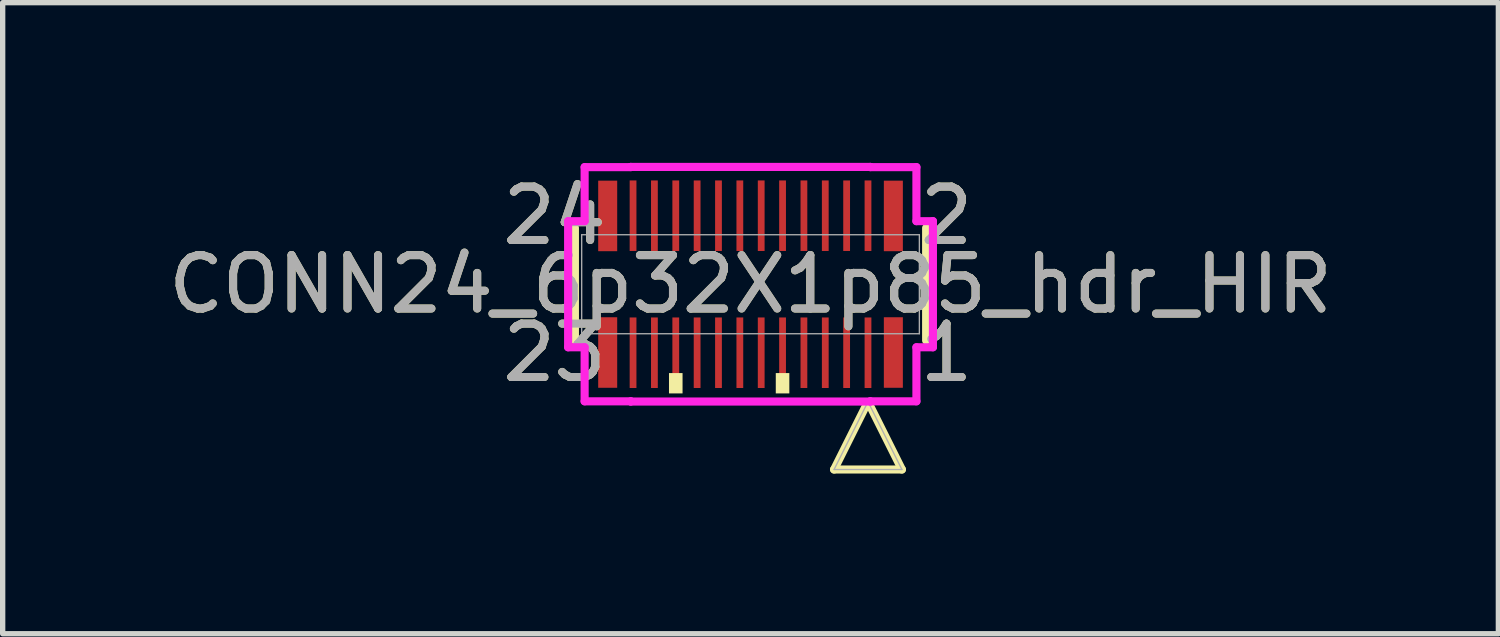
<source format=kicad_pcb>
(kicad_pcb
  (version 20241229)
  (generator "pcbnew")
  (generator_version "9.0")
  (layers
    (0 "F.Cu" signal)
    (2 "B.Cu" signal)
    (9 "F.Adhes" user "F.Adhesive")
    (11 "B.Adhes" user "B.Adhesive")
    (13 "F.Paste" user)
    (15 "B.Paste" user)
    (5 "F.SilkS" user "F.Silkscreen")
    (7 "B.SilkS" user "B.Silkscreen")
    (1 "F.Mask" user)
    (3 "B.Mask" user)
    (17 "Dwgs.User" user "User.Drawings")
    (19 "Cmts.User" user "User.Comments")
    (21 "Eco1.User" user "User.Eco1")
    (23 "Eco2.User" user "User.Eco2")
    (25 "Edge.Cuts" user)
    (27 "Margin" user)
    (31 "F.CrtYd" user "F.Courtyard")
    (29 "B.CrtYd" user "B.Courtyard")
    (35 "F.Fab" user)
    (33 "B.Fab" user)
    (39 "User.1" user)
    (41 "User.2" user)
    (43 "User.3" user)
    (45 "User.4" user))
  (footprint "CONN24_6p32X1p85_hdr_HIR"
    (layer "F.Cu")
    (at 11.006 2.273)
    (property "Reference" "CONN24_6p32X1p85_hdr_HIR" (at 0 0 0) (unlocked yes) (layer "F.SilkS") (effects (font (size 1 1) (thickness 0.15))))
    (attr smd)
    (fp_line (start -3.289 -1.054) (end -3.289 1.054) (stroke (width 0.152) (type solid)) (layer "F.SilkS"))
    (fp_line (start 1.565 3.47) (end 2.835 3.47) (stroke (width 0.152) (type solid)) (layer "F.SilkS"))
    (fp_line (start 2.162 2.276) (end 1.565 3.47) (stroke (width 0.152) (type solid)) (layer "F.SilkS"))
    (fp_line (start 2.835 3.47) (end 2.238 2.276) (stroke (width 0.152) (type solid)) (layer "F.SilkS"))
    (fp_line (start 3.289 1.054) (end 3.289 -1.054) (stroke (width 0.152) (type solid)) (layer "F.SilkS"))
    (fp_poly (pts (xy -1.527 1.664) (xy -1.527 2.045) (xy -1.273 2.045) (xy -1.273 1.664)) (stroke (width 0) (type solid)) (fill yes) (layer "F.SilkS"))
    (fp_poly (pts (xy 0.473 1.664) (xy 0.473 2.045) (xy 0.727 2.045) (xy 0.727 1.664)) (stroke (width 0) (type solid)) (fill yes) (layer "F.SilkS"))
    (fp_line (start -3.416 -1.181) (end -3.416 1.181) (stroke (width 0.152) (type solid)) (layer "F.CrtYd"))
    (fp_line (start -3.416 1.181) (end -3.107 1.181) (stroke (width 0.152) (type solid)) (layer "F.CrtYd"))
    (fp_line (start -3.107 -2.193) (end -3.107 -1.181) (stroke (width 0.152) (type solid)) (layer "F.CrtYd"))
    (fp_line (start -3.107 -1.181) (end -3.416 -1.181) (stroke (width 0.152) (type solid)) (layer "F.CrtYd"))
    (fp_line (start -3.107 1.181) (end -3.107 2.193) (stroke (width 0.152) (type solid)) (layer "F.CrtYd"))
    (fp_line (start -3.107 2.193) (end -2.243 2.193) (stroke (width 0.152) (type solid)) (layer "F.CrtYd"))
    (fp_line (start -2.243 -2.197) (end -2.243 -2.193) (stroke (width 0.152) (type solid)) (layer "F.CrtYd"))
    (fp_line (start -2.243 -2.193) (end -3.107 -2.193) (stroke (width 0.152) (type solid)) (layer "F.CrtYd"))
    (fp_line (start -2.243 2.193) (end -2.243 2.197) (stroke (width 0.152) (type solid)) (layer "F.CrtYd"))
    (fp_line (start -2.243 2.197) (end 2.243 2.197) (stroke (width 0.152) (type solid)) (layer "F.CrtYd"))
    (fp_line (start 2.243 -2.197) (end -2.243 -2.197) (stroke (width 0.152) (type solid)) (layer "F.CrtYd"))
    (fp_line (start 2.243 -2.193) (end 2.243 -2.197) (stroke (width 0.152) (type solid)) (layer "F.CrtYd"))
    (fp_line (start 2.243 2.193) (end 3.107 2.193) (stroke (width 0.152) (type solid)) (layer "F.CrtYd"))
    (fp_line (start 2.243 2.197) (end 2.243 2.193) (stroke (width 0.152) (type solid)) (layer "F.CrtYd"))
    (fp_line (start 3.107 -2.193) (end 2.243 -2.193) (stroke (width 0.152) (type solid)) (layer "F.CrtYd"))
    (fp_line (start 3.107 -1.181) (end 3.107 -2.193) (stroke (width 0.152) (type solid)) (layer "F.CrtYd"))
    (fp_line (start 3.107 1.181) (end 3.416 1.181) (stroke (width 0.152) (type solid)) (layer "F.CrtYd"))
    (fp_line (start 3.107 2.193) (end 3.107 1.181) (stroke (width 0.152) (type solid)) (layer "F.CrtYd"))
    (fp_line (start 3.416 -1.181) (end 3.107 -1.181) (stroke (width 0.152) (type solid)) (layer "F.CrtYd"))
    (fp_line (start 3.416 1.181) (end 3.416 -1.181) (stroke (width 0.152) (type solid)) (layer "F.CrtYd"))
    (fp_line (start -3.162 -0.927) (end -3.162 0.927) (stroke (width 0.025) (type solid)) (layer "F.Fab"))
    (fp_line (start -3.162 0.927) (end 3.162 0.927) (stroke (width 0.025) (type solid)) (layer "F.Fab"))
    (fp_line (start 1.565 3.47) (end 2.835 3.47) (stroke (width 0.025) (type solid)) (layer "F.Fab"))
    (fp_line (start 2.2 2.2) (end 1.565 3.47) (stroke (width 0.025) (type solid)) (layer "F.Fab"))
    (fp_line (start 2.835 3.47) (end 2.2 2.2) (stroke (width 0.025) (type solid)) (layer "F.Fab"))
    (fp_line (start 3.162 -0.927) (end -3.162 -0.927) (stroke (width 0.025) (type solid)) (layer "F.Fab"))
    (fp_line (start 3.162 0.927) (end 3.162 -0.927) (stroke (width 0.025) (type solid)) (layer "F.Fab"))
    (fp_text user "24" (at -3.67 -1.283 0) (unlocked yes) (layer "F.SilkS") (effects (font (size 1 1) (thickness 0.15))))
    (fp_text user "2" (at 3.67 -1.283 0) (unlocked yes) (layer "F.SilkS") (effects (font (size 1 1) (thickness 0.15))))
    (fp_text user "23" (at -3.67 1.283 0) (unlocked yes) (layer "F.SilkS") (effects (font (size 1 1) (thickness 0.15))))
    (fp_text user "1" (at 3.67 1.283 0) (unlocked yes) (layer "F.SilkS") (effects (font (size 1 1) (thickness 0.15))))
    (fp_text user "1" (at 3.67 1.283 0) (unlocked yes) (layer "F.Fab") (effects (font (size 1 1) (thickness 0.15))))
    (fp_text user "23" (at -3.67 1.283 0) (unlocked yes) (layer "F.Fab") (effects (font (size 1 1) (thickness 0.15))))
    (fp_text user "24" (at -3.67 -1.283 0) (unlocked yes) (layer "F.Fab") (effects (font (size 1 1) (thickness 0.15))))
    (fp_text user "2" (at 3.67 -1.283 0) (unlocked yes) (layer "F.Fab") (effects (font (size 1 1) (thickness 0.15))))
    (fp_text user "${REFERENCE}" (at 0 0 0) (unlocked yes) (layer "F.Fab") (effects (font (size 1 1) (thickness 0.15))))
    (pad "1" smd rect (at 2.2 1.283) (size 0.127 1.321) (layers "F.Cu" "F.Mask" "F.Paste"))
    (pad "2" smd rect (at 2.2 -1.283) (size 0.127 1.321) (layers "F.Cu" "F.Mask" "F.Paste"))
    (pad "3" smd rect (at 1.8 1.283) (size 0.127 1.321) (layers "F.Cu" "F.Mask" "F.Paste"))
    (pad "4" smd rect (at 1.8 -1.283) (size 0.127 1.321) (layers "F.Cu" "F.Mask" "F.Paste"))
    (pad "5" smd rect (at 1.4 1.283) (size 0.127 1.321) (layers "F.Cu" "F.Mask" "F.Paste"))
    (pad "6" smd rect (at 1.4 -1.283) (size 0.127 1.321) (layers "F.Cu" "F.Mask" "F.Paste"))
    (pad "7" smd rect (at 1 1.283) (size 0.127 1.321) (layers "F.Cu" "F.Mask" "F.Paste"))
    (pad "8" smd rect (at 1 -1.283) (size 0.127 1.321) (layers "F.Cu" "F.Mask" "F.Paste"))
    (pad "9" smd rect (at 0.6 1.283) (size 0.127 1.321) (layers "F.Cu" "F.Mask" "F.Paste"))
    (pad "10" smd rect (at 0.6 -1.283) (size 0.127 1.321) (layers "F.Cu" "F.Mask" "F.Paste"))
    (pad "11" smd rect (at 0.2 1.283) (size 0.127 1.321) (layers "F.Cu" "F.Mask" "F.Paste"))
    (pad "12" smd rect (at 0.2 -1.283) (size 0.127 1.321) (layers "F.Cu" "F.Mask" "F.Paste"))
    (pad "13" smd rect (at -0.2 1.283) (size 0.127 1.321) (layers "F.Cu" "F.Mask" "F.Paste"))
    (pad "14" smd rect (at -0.2 -1.283) (size 0.127 1.321) (layers "F.Cu" "F.Mask" "F.Paste"))
    (pad "15" smd rect (at -0.6 1.283) (size 0.127 1.321) (layers "F.Cu" "F.Mask" "F.Paste"))
    (pad "16" smd rect (at -0.6 -1.283) (size 0.127 1.321) (layers "F.Cu" "F.Mask" "F.Paste"))
    (pad "17" smd rect (at -1 1.283) (size 0.127 1.321) (layers "F.Cu" "F.Mask" "F.Paste"))
    (pad "18" smd rect (at -1 -1.283) (size 0.127 1.321) (layers "F.Cu" "F.Mask" "F.Paste"))
    (pad "19" smd rect (at -1.4 1.283) (size 0.127 1.321) (layers "F.Cu" "F.Mask" "F.Paste"))
    (pad "20" smd rect (at -1.4 -1.283) (size 0.127 1.321) (layers "F.Cu" "F.Mask" "F.Paste"))
    (pad "21" smd rect (at -1.8 1.283) (size 0.127 1.321) (layers "F.Cu" "F.Mask" "F.Paste"))
    (pad "22" smd rect (at -1.8 -1.283) (size 0.127 1.321) (layers "F.Cu" "F.Mask" "F.Paste"))
    (pad "23" smd rect (at -2.2 1.283) (size 0.127 1.321) (layers "F.Cu" "F.Mask" "F.Paste"))
    (pad "24" smd rect (at -2.2 -1.283) (size 0.127 1.321) (layers "F.Cu" "F.Mask" "F.Paste"))
    (pad "25" smd rect (at -2.675 -1.279) (size 0.356 1.321) (layers "F.Cu" "F.Mask" "F.Paste"))
    (pad "26" smd rect (at 2.675 -1.279) (size 0.356 1.321) (layers "F.Cu" "F.Mask" "F.Paste"))
    (pad "27" smd rect (at -2.675 1.279) (size 0.356 1.321) (layers "F.Cu" "F.Mask" "F.Paste"))
    (pad "28" smd rect (at 2.675 1.279) (size 0.356 1.321) (layers "F.Cu" "F.Mask" "F.Paste")))
  (gr_rect
    (start -3 -3)
    (end 25.012 8.819)
    (stroke (width 0.1) (type default))
    (fill no)
    (layer "Edge.Cuts")))
</source>
